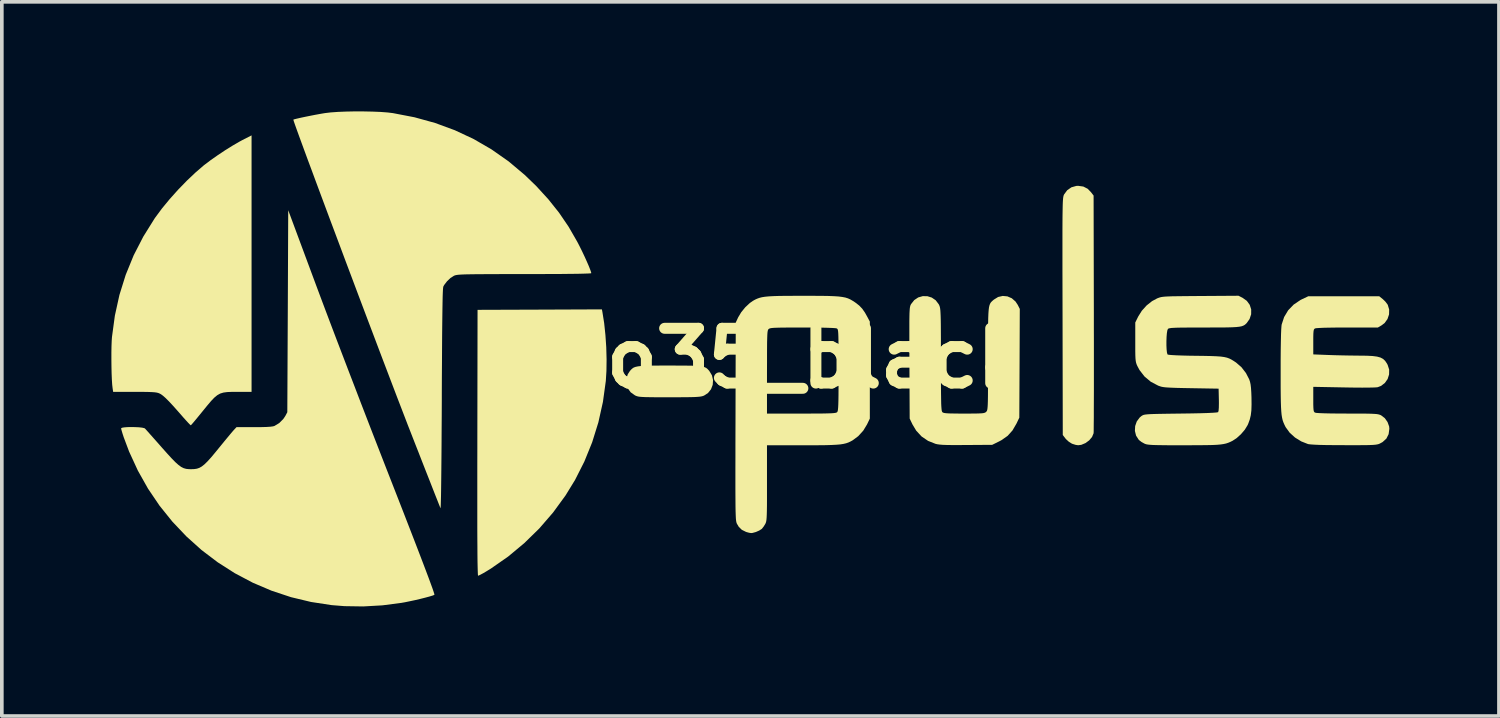
<source format=kicad_pcb>
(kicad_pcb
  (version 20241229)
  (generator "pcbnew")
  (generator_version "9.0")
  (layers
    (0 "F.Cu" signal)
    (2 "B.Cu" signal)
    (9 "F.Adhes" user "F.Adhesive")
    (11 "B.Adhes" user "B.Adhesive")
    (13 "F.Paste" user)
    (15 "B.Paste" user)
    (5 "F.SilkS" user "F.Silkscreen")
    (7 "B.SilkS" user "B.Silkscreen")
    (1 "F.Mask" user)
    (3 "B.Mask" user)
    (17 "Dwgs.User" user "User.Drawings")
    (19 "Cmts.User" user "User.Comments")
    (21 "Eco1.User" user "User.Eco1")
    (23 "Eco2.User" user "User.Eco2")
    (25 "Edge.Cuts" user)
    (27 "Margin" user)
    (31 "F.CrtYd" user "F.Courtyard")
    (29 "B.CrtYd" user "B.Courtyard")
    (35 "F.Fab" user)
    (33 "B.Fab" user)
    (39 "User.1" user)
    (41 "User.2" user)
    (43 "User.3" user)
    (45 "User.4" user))
  (footprint "logo35_black"
    (layer "F.Cu")
    (at 17.505 6.761)
    (property "Reference" "logo35_black" (at 0 0 0) (layer "F.SilkS") (effects (font (size 1.5 1.5) (thickness 0.3))))
    (attr board_only exclude_from_pos_files exclude_from_bom)
    (fp_poly (pts (xy -4.059 -1.259) (xy -4.012 -0.963) (xy -3.978 -0.64) (xy -3.955 -0.304) (xy -3.946 0.029) (xy -3.95 0.345) (xy -3.967 0.62) (xy -4.046 1.193) (xy -4.171 1.754) (xy -4.341 2.3) (xy -4.555 2.827) (xy -4.81 3.331) (xy -5.07 3.755) (xy -5.411 4.222) (xy -5.788 4.658) (xy -6.2 5.061) (xy -6.641 5.428) (xy -7.109 5.754) (xy -7.234 5.831) (xy -7.324 5.884) (xy -7.4 5.925) (xy -7.451 5.949) (xy -7.464 5.953) (xy -7.468 5.939) (xy -7.471 5.894) (xy -7.474 5.817) (xy -7.477 5.708) (xy -7.48 5.563) (xy -7.482 5.383) (xy -7.483 5.165) (xy -7.485 4.909) (xy -7.486 4.612) (xy -7.486 4.273) (xy -7.486 3.89) (xy -7.486 3.463) (xy -7.486 2.989) (xy -7.485 2.468) (xy -7.485 2.313) (xy -7.479 -1.327) (xy -5.776 -1.333) (xy -4.074 -1.34)) (stroke (width 0) (type solid)) (fill yes) (layer "F.SilkS"))
    (fp_poly (pts (xy -1.976 0.199) (xy -1.776 0.2) (xy -1.616 0.202) (xy -1.489 0.207) (xy -1.391 0.215) (xy -1.317 0.227) (xy -1.261 0.243) (xy -1.218 0.264) (xy -1.184 0.291) (xy -1.152 0.325) (xy -1.134 0.345) (xy -1.062 0.465) (xy -1.031 0.596) (xy -1.04 0.726) (xy -1.087 0.848) (xy -1.169 0.95) (xy -1.273 1.018) (xy -1.304 1.031) (xy -1.34 1.041) (xy -1.385 1.049) (xy -1.446 1.055) (xy -1.528 1.06) (xy -1.636 1.063) (xy -1.776 1.065) (xy -1.953 1.066) (xy -2.173 1.066) (xy -2.22 1.066) (xy -2.447 1.066) (xy -2.631 1.066) (xy -2.776 1.064) (xy -2.888 1.062) (xy -2.972 1.058) (xy -3.035 1.053) (xy -3.082 1.046) (xy -3.118 1.036) (xy -3.149 1.024) (xy -3.171 1.013) (xy -3.286 0.931) (xy -3.365 0.823) (xy -3.406 0.698) (xy -3.407 0.565) (xy -3.365 0.435) (xy -3.306 0.345) (xy -3.273 0.308) (xy -3.24 0.278) (xy -3.203 0.253) (xy -3.154 0.235) (xy -3.09 0.221) (xy -3.005 0.211) (xy -2.895 0.205) (xy -2.753 0.201) (xy -2.574 0.199) (xy -2.354 0.198) (xy -2.22 0.198)) (stroke (width 0) (type solid)) (fill yes) (layer "F.SilkS"))
    (fp_poly (pts (xy 9.108 -4.703) (xy 9.227 -4.642) (xy 9.319 -4.547) (xy 9.389 -4.456) (xy 9.396 -1.242) (xy 9.396 -0.846) (xy 9.397 -0.462) (xy 9.397 -0.094) (xy 9.397 0.255) (xy 9.397 0.582) (xy 9.397 0.885) (xy 9.396 1.159) (xy 9.395 1.402) (xy 9.395 1.612) (xy 9.393 1.784) (xy 9.392 1.916) (xy 9.391 2.006) (xy 9.389 2.049) (xy 9.389 2.052) (xy 9.347 2.153) (xy 9.269 2.246) (xy 9.167 2.321) (xy 9.052 2.369) (xy 8.967 2.38) (xy 8.897 2.37) (xy 8.814 2.344) (xy 8.79 2.334) (xy 8.709 2.283) (xy 8.634 2.214) (xy 8.617 2.194) (xy 8.545 2.1) (xy 8.539 -1.146) (xy 8.538 -1.613) (xy 8.537 -2.033) (xy 8.536 -2.409) (xy 8.536 -2.742) (xy 8.536 -3.037) (xy 8.536 -3.295) (xy 8.536 -3.518) (xy 8.537 -3.711) (xy 8.538 -3.874) (xy 8.54 -4.011) (xy 8.542 -4.124) (xy 8.544 -4.215) (xy 8.547 -4.289) (xy 8.551 -4.346) (xy 8.555 -4.389) (xy 8.56 -4.422) (xy 8.565 -4.446) (xy 8.571 -4.465) (xy 8.578 -4.48) (xy 8.583 -4.49) (xy 8.667 -4.603) (xy 8.781 -4.682) (xy 8.915 -4.72) (xy 8.964 -4.723)) (stroke (width 0) (type solid)) (fill yes) (layer "F.SilkS"))
    (fp_poly (pts (xy -13.667 -2.593) (xy -13.667 0.918) (xy -14.047 0.918) (xy -14.206 0.919) (xy -14.333 0.924) (xy -14.437 0.938) (xy -14.526 0.965) (xy -14.606 1.01) (xy -14.687 1.077) (xy -14.775 1.169) (xy -14.879 1.292) (xy -14.998 1.438) (xy -15.095 1.557) (xy -15.181 1.662) (xy -15.252 1.747) (xy -15.303 1.806) (xy -15.329 1.833) (xy -15.331 1.834) (xy -15.352 1.817) (xy -15.399 1.769) (xy -15.465 1.697) (xy -15.545 1.608) (xy -15.567 1.582) (xy -15.719 1.409) (xy -15.843 1.271) (xy -15.944 1.164) (xy -16.026 1.083) (xy -16.092 1.025) (xy -16.146 0.985) (xy -16.185 0.964) (xy -16.222 0.949) (xy -16.266 0.938) (xy -16.324 0.93) (xy -16.402 0.925) (xy -16.507 0.921) (xy -16.647 0.919) (xy -16.828 0.918) (xy -16.871 0.918) (xy -17.457 0.918) (xy -17.471 0.825) (xy -17.483 0.723) (xy -17.492 0.583) (xy -17.499 0.414) (xy -17.503 0.228) (xy -17.505 0.034) (xy -17.505 -0.157) (xy -17.502 -0.333) (xy -17.496 -0.486) (xy -17.489 -0.584) (xy -17.41 -1.167) (xy -17.285 -1.735) (xy -17.113 -2.286) (xy -16.895 -2.82) (xy -16.631 -3.333) (xy -16.323 -3.827) (xy -16.302 -3.857) (xy -16.121 -4.102) (xy -15.909 -4.359) (xy -15.677 -4.618) (xy -15.435 -4.867) (xy -15.195 -5.094) (xy -14.967 -5.29) (xy -14.957 -5.297) (xy -14.788 -5.425) (xy -14.594 -5.561) (xy -14.39 -5.697) (xy -14.189 -5.822) (xy -14.005 -5.929) (xy -13.92 -5.975) (xy -13.667 -6.104)) (stroke (width 0) (type solid)) (fill yes) (layer "F.SilkS"))
    (fp_poly (pts (xy -11.884 -1.959) (xy -11.773 -1.662) (xy -11.646 -1.324) (xy -11.505 -0.951) (xy -11.352 -0.548) (xy -11.189 -0.122) (xy -11.019 0.323) (xy -10.843 0.78) (xy -10.665 1.245) (xy -10.485 1.711) (xy -10.306 2.173) (xy -10.13 2.625) (xy -9.96 3.062) (xy -9.868 3.297) (xy -9.676 3.788) (xy -9.502 4.234) (xy -9.346 4.636) (xy -9.207 4.995) (xy -9.085 5.312) (xy -8.979 5.589) (xy -8.889 5.826) (xy -8.814 6.025) (xy -8.755 6.186) (xy -8.71 6.31) (xy -8.68 6.399) (xy -8.663 6.454) (xy -8.661 6.476) (xy -8.661 6.477) (xy -8.707 6.495) (xy -8.791 6.521) (xy -8.906 6.552) (xy -9.04 6.586) (xy -9.184 6.62) (xy -9.33 6.651) (xy -9.466 6.679) (xy -9.562 6.696) (xy -10.084 6.764) (xy -10.609 6.794) (xy -11.124 6.786) (xy -11.473 6.758) (xy -12.037 6.672) (xy -12.587 6.54) (xy -13.12 6.363) (xy -13.634 6.144) (xy -14.126 5.884) (xy -14.594 5.585) (xy -15.037 5.249) (xy -15.451 4.877) (xy -15.835 4.472) (xy -16.186 4.036) (xy -16.502 3.569) (xy -16.78 3.075) (xy -17.02 2.554) (xy -17.168 2.16) (xy -17.2 2.062) (xy -17.224 1.981) (xy -17.238 1.928) (xy -17.239 1.918) (xy -17.216 1.902) (xy -17.155 1.891) (xy -17.067 1.884) (xy -16.962 1.882) (xy -16.852 1.884) (xy -16.748 1.889) (xy -16.661 1.899) (xy -16.602 1.913) (xy -16.585 1.923) (xy -16.559 1.951) (xy -16.505 2.011) (xy -16.428 2.098) (xy -16.333 2.205) (xy -16.224 2.328) (xy -16.124 2.442) (xy -15.975 2.609) (xy -15.853 2.742) (xy -15.753 2.844) (xy -15.668 2.92) (xy -15.594 2.974) (xy -15.526 3.008) (xy -15.458 3.027) (xy -15.385 3.035) (xy -15.317 3.036) (xy -15.235 3.033) (xy -15.163 3.022) (xy -15.096 2.999) (xy -15.029 2.961) (xy -14.957 2.904) (xy -14.874 2.823) (xy -14.776 2.715) (xy -14.659 2.575) (xy -14.516 2.4) (xy -14.511 2.394) (xy -14.414 2.275) (xy -14.323 2.165) (xy -14.244 2.07) (xy -14.184 1.999) (xy -14.155 1.966) (xy -14.079 1.885) (xy -13.6 1.885) (xy -13.408 1.884) (xy -13.26 1.88) (xy -13.152 1.873) (xy -13.078 1.863) (xy -13.04 1.852) (xy -12.911 1.774) (xy -12.799 1.663) (xy -12.742 1.578) (xy -12.688 1.476) (xy -12.675 -1.289) (xy -12.663 -4.055)) (stroke (width 0) (type solid)) (fill yes) (layer "F.SilkS"))
    (fp_poly (pts (xy 7.029 -1.696) (xy 7.149 -1.644) (xy 7.251 -1.555) (xy 7.312 -1.463) (xy 7.368 -1.352) (xy 7.362 0.136) (xy 7.355 1.625) (xy 7.276 1.79) (xy 7.168 1.975) (xy 7.035 2.123) (xy 6.867 2.241) (xy 6.801 2.276) (xy 6.613 2.369) (xy 5.905 2.374) (xy 5.684 2.375) (xy 5.506 2.375) (xy 5.366 2.373) (xy 5.257 2.369) (xy 5.174 2.362) (xy 5.109 2.353) (xy 5.061 2.342) (xy 4.857 2.261) (xy 4.679 2.14) (xy 4.532 1.981) (xy 4.43 1.811) (xy 4.353 1.65) (xy 4.346 0.128) (xy 4.345 -0.184) (xy 4.344 -0.451) (xy 4.344 -0.676) (xy 4.344 -0.863) (xy 4.344 -1.015) (xy 4.346 -1.138) (xy 4.348 -1.234) (xy 4.352 -1.308) (xy 4.356 -1.364) (xy 4.362 -1.404) (xy 4.369 -1.434) (xy 4.377 -1.457) (xy 4.387 -1.477) (xy 4.391 -1.484) (xy 4.478 -1.594) (xy 4.587 -1.667) (xy 4.71 -1.702) (xy 4.837 -1.701) (xy 4.958 -1.663) (xy 5.065 -1.59) (xy 5.148 -1.481) (xy 5.162 -1.453) (xy 5.172 -1.429) (xy 5.18 -1.4) (xy 5.187 -1.364) (xy 5.193 -1.314) (xy 5.197 -1.249) (xy 5.201 -1.163) (xy 5.204 -1.052) (xy 5.206 -0.912) (xy 5.207 -0.739) (xy 5.208 -0.529) (xy 5.208 -0.279) (xy 5.208 0.017) (xy 5.208 0.042) (xy 5.209 0.343) (xy 5.209 0.598) (xy 5.21 0.812) (xy 5.212 0.987) (xy 5.214 1.129) (xy 5.216 1.239) (xy 5.22 1.323) (xy 5.225 1.385) (xy 5.23 1.427) (xy 5.237 1.454) (xy 5.245 1.47) (xy 5.248 1.474) (xy 5.267 1.487) (xy 5.3 1.497) (xy 5.353 1.504) (xy 5.431 1.509) (xy 5.542 1.511) (xy 5.691 1.513) (xy 5.843 1.513) (xy 6.024 1.513) (xy 6.162 1.512) (xy 6.263 1.509) (xy 6.335 1.505) (xy 6.383 1.498) (xy 6.415 1.488) (xy 6.437 1.475) (xy 6.449 1.463) (xy 6.46 1.452) (xy 6.469 1.436) (xy 6.476 1.414) (xy 6.482 1.38) (xy 6.487 1.331) (xy 6.491 1.262) (xy 6.494 1.171) (xy 6.496 1.052) (xy 6.497 0.903) (xy 6.498 0.718) (xy 6.499 0.494) (xy 6.499 0.228) (xy 6.499 0.011) (xy 6.499 -0.296) (xy 6.499 -0.558) (xy 6.5 -0.778) (xy 6.501 -0.96) (xy 6.504 -1.109) (xy 6.509 -1.229) (xy 6.516 -1.323) (xy 6.525 -1.396) (xy 6.538 -1.451) (xy 6.554 -1.493) (xy 6.573 -1.526) (xy 6.597 -1.553) (xy 6.625 -1.579) (xy 6.658 -1.607) (xy 6.658 -1.607) (xy 6.774 -1.679) (xy 6.901 -1.708)) (stroke (width 0) (type solid)) (fill yes) (layer "F.SilkS"))
    (fp_poly (pts (xy -10.593 -6.76) (xy -10.354 -6.755) (xy -10.132 -6.746) (xy -9.937 -6.731) (xy -9.798 -6.714) (xy -9.206 -6.6) (xy -8.641 -6.444) (xy -8.101 -6.245) (xy -7.586 -6.004) (xy -7.096 -5.72) (xy -6.63 -5.393) (xy -6.188 -5.022) (xy -5.877 -4.722) (xy -5.541 -4.355) (xy -5.246 -3.985) (xy -4.985 -3.601) (xy -4.75 -3.193) (xy -4.692 -3.082) (xy -4.618 -2.933) (xy -4.548 -2.785) (xy -4.485 -2.645) (xy -4.431 -2.521) (xy -4.392 -2.421) (xy -4.369 -2.353) (xy -4.366 -2.331) (xy -4.39 -2.326) (xy -4.463 -2.322) (xy -4.583 -2.318) (xy -4.749 -2.314) (xy -4.96 -2.312) (xy -5.213 -2.309) (xy -5.509 -2.308) (xy -5.846 -2.307) (xy -6.195 -2.306) (xy -6.541 -2.306) (xy -6.841 -2.306) (xy -7.099 -2.305) (xy -7.317 -2.304) (xy -7.5 -2.303) (xy -7.651 -2.301) (xy -7.774 -2.299) (xy -7.871 -2.296) (xy -7.947 -2.292) (xy -8.005 -2.288) (xy -8.048 -2.282) (xy -8.08 -2.276) (xy -8.105 -2.268) (xy -8.124 -2.261) (xy -8.221 -2.199) (xy -8.316 -2.108) (xy -8.393 -2.007) (xy -8.417 -1.963) (xy -8.421 -1.939) (xy -8.426 -1.888) (xy -8.43 -1.809) (xy -8.434 -1.698) (xy -8.437 -1.555) (xy -8.44 -1.378) (xy -8.443 -1.165) (xy -8.446 -0.914) (xy -8.449 -0.622) (xy -8.451 -0.289) (xy -8.453 0.087) (xy -8.456 0.509) (xy -8.458 0.978) (xy -8.458 1.129) (xy -8.46 1.587) (xy -8.463 2.011) (xy -8.465 2.402) (xy -8.468 2.756) (xy -8.471 3.072) (xy -8.474 3.349) (xy -8.477 3.585) (xy -8.48 3.78) (xy -8.484 3.93) (xy -8.487 4.035) (xy -8.491 4.094) (xy -8.494 4.105) (xy -8.506 4.075) (xy -8.535 4.002) (xy -8.579 3.89) (xy -8.638 3.742) (xy -8.709 3.561) (xy -8.791 3.351) (xy -8.884 3.116) (xy -8.985 2.858) (xy -9.093 2.581) (xy -9.208 2.289) (xy -9.307 2.035) (xy -9.387 1.831) (xy -9.477 1.597) (xy -9.578 1.334) (xy -9.689 1.046) (xy -9.808 0.734) (xy -9.934 0.403) (xy -10.067 0.054) (xy -10.205 -0.31) (xy -10.347 -0.686) (xy -10.493 -1.071) (xy -10.641 -1.463) (xy -10.79 -1.858) (xy -10.939 -2.255) (xy -11.088 -2.65) (xy -11.234 -3.041) (xy -11.378 -3.425) (xy -11.518 -3.798) (xy -11.653 -4.16) (xy -11.782 -4.506) (xy -11.904 -4.834) (xy -12.018 -5.142) (xy -12.124 -5.426) (xy -12.219 -5.684) (xy -12.303 -5.913) (xy -12.375 -6.11) (xy -12.434 -6.273) (xy -12.479 -6.399) (xy -12.509 -6.486) (xy -12.522 -6.53) (xy -12.523 -6.535) (xy -12.493 -6.546) (xy -12.424 -6.563) (xy -12.324 -6.586) (xy -12.202 -6.612) (xy -12.068 -6.639) (xy -11.931 -6.666) (xy -11.8 -6.69) (xy -11.684 -6.71) (xy -11.658 -6.714) (xy -11.5 -6.733) (xy -11.303 -6.747) (xy -11.079 -6.756) (xy -10.839 -6.761)) (stroke (width 0) (type solid)) (fill yes) (layer "F.SilkS"))
    (fp_poly (pts (xy 17.305 -1.623) (xy 17.373 -1.558) (xy 17.43 -1.485) (xy 17.444 -1.462) (xy 17.482 -1.335) (xy 17.479 -1.202) (xy 17.436 -1.075) (xy 17.358 -0.967) (xy 17.278 -0.905) (xy 17.173 -0.843) (xy 16.336 -0.843) (xy 16.088 -0.843) (xy 15.877 -0.84) (xy 15.705 -0.837) (xy 15.575 -0.831) (xy 15.489 -0.825) (xy 15.452 -0.818) (xy 15.432 -0.804) (xy 15.419 -0.78) (xy 15.411 -0.738) (xy 15.406 -0.67) (xy 15.404 -0.568) (xy 15.404 -0.45) (xy 15.404 -0.107) (xy 15.817 -0.091) (xy 15.996 -0.085) (xy 16.202 -0.08) (xy 16.414 -0.076) (xy 16.609 -0.074) (xy 16.667 -0.073) (xy 16.868 -0.071) (xy 17.027 -0.063) (xy 17.15 -0.047) (xy 17.244 -0.021) (xy 17.316 0.017) (xy 17.371 0.069) (xy 17.418 0.138) (xy 17.44 0.179) (xy 17.482 0.309) (xy 17.48 0.442) (xy 17.44 0.567) (xy 17.365 0.674) (xy 17.261 0.755) (xy 17.168 0.791) (xy 17.121 0.796) (xy 17.03 0.8) (xy 16.903 0.802) (xy 16.744 0.803) (xy 16.56 0.802) (xy 16.357 0.799) (xy 16.241 0.797) (xy 15.404 0.781) (xy 15.404 1.122) (xy 15.404 1.259) (xy 15.407 1.354) (xy 15.412 1.417) (xy 15.421 1.455) (xy 15.436 1.476) (xy 15.452 1.487) (xy 15.491 1.495) (xy 15.578 1.501) (xy 15.709 1.506) (xy 15.882 1.51) (xy 16.095 1.512) (xy 16.333 1.513) (xy 16.56 1.513) (xy 16.742 1.514) (xy 16.887 1.515) (xy 16.998 1.518) (xy 17.081 1.522) (xy 17.143 1.527) (xy 17.189 1.535) (xy 17.223 1.545) (xy 17.253 1.557) (xy 17.264 1.563) (xy 17.362 1.638) (xy 17.437 1.744) (xy 17.481 1.865) (xy 17.487 1.929) (xy 17.467 2.077) (xy 17.406 2.198) (xy 17.302 2.293) (xy 17.227 2.334) (xy 17.197 2.347) (xy 17.162 2.356) (xy 17.118 2.364) (xy 17.057 2.37) (xy 16.976 2.374) (xy 16.868 2.377) (xy 16.729 2.378) (xy 16.553 2.379) (xy 16.334 2.379) (xy 16.247 2.378) (xy 15.978 2.377) (xy 15.755 2.375) (xy 15.576 2.371) (xy 15.437 2.365) (xy 15.337 2.358) (xy 15.271 2.35) (xy 15.255 2.346) (xy 15.073 2.274) (xy 14.904 2.169) (xy 14.759 2.038) (xy 14.651 1.89) (xy 14.637 1.865) (xy 14.609 1.807) (xy 14.585 1.751) (xy 14.565 1.693) (xy 14.55 1.627) (xy 14.537 1.549) (xy 14.528 1.453) (xy 14.521 1.335) (xy 14.516 1.191) (xy 14.513 1.014) (xy 14.511 0.801) (xy 14.511 0.546) (xy 14.511 0.343) (xy 14.511 0.03) (xy 14.513 -0.243) (xy 14.517 -0.472) (xy 14.521 -0.658) (xy 14.527 -0.798) (xy 14.534 -0.89) (xy 14.538 -0.923) (xy 14.606 -1.13) (xy 14.716 -1.314) (xy 14.866 -1.47) (xy 15.052 -1.596) (xy 15.102 -1.621) (xy 15.267 -1.699) (xy 16.239 -1.699) (xy 17.21 -1.699)) (stroke (width 0) (type solid)) (fill yes) (layer "F.SilkS"))
    (fp_poly (pts (xy 1.713 -1.711) (xy 1.939 -1.71) (xy 2.127 -1.707) (xy 2.28 -1.701) (xy 2.405 -1.693) (xy 2.507 -1.68) (xy 2.591 -1.664) (xy 2.661 -1.642) (xy 2.724 -1.614) (xy 2.785 -1.579) (xy 2.849 -1.538) (xy 2.868 -1.525) (xy 2.971 -1.445) (xy 3.054 -1.358) (xy 3.129 -1.25) (xy 3.19 -1.141) (xy 3.262 -1.005) (xy 3.262 0.322) (xy 3.262 1.65) (xy 3.185 1.811) (xy 3.081 1.982) (xy 2.944 2.132) (xy 2.792 2.245) (xy 2.734 2.277) (xy 2.677 2.304) (xy 2.614 2.326) (xy 2.543 2.343) (xy 2.456 2.357) (xy 2.349 2.366) (xy 2.217 2.373) (xy 2.054 2.378) (xy 1.856 2.38) (xy 1.617 2.381) (xy 1.421 2.381) (xy 0.446 2.381) (xy 0.446 3.412) (xy 0.446 3.666) (xy 0.446 3.876) (xy 0.445 4.046) (xy 0.443 4.181) (xy 0.44 4.285) (xy 0.436 4.365) (xy 0.431 4.423) (xy 0.424 4.466) (xy 0.415 4.499) (xy 0.404 4.525) (xy 0.4 4.534) (xy 0.356 4.605) (xy 0.31 4.664) (xy 0.302 4.672) (xy 0.233 4.716) (xy 0.142 4.756) (xy 0.051 4.781) (xy 0.012 4.785) (xy -0.043 4.777) (xy -0.116 4.757) (xy -0.132 4.751) (xy -0.243 4.696) (xy -0.326 4.615) (xy -0.375 4.533) (xy -0.383 4.517) (xy -0.389 4.499) (xy -0.395 4.474) (xy -0.4 4.442) (xy -0.405 4.398) (xy -0.408 4.34) (xy -0.411 4.266) (xy -0.414 4.171) (xy -0.416 4.054) (xy -0.417 3.912) (xy -0.418 3.741) (xy -0.419 3.539) (xy -0.419 3.303) (xy -0.419 3.031) (xy -0.418 2.719) (xy -0.418 2.365) (xy -0.417 1.965) (xy -0.416 1.73) (xy -0.413 0.375) (xy 0.446 0.375) (xy 0.446 0.376) (xy 0.446 1.513) (xy 1.387 1.513) (xy 1.632 1.513) (xy 1.831 1.512) (xy 1.99 1.511) (xy 2.114 1.508) (xy 2.207 1.505) (xy 2.274 1.5) (xy 2.319 1.494) (xy 2.348 1.486) (xy 2.365 1.476) (xy 2.367 1.474) (xy 2.376 1.46) (xy 2.384 1.436) (xy 2.39 1.396) (xy 2.395 1.338) (xy 2.399 1.256) (xy 2.402 1.147) (xy 2.404 1.005) (xy 2.405 0.827) (xy 2.406 0.608) (xy 2.406 0.345) (xy 2.406 0.322) (xy 2.406 0.057) (xy 2.406 -0.161) (xy 2.405 -0.339) (xy 2.403 -0.481) (xy 2.401 -0.59) (xy 2.398 -0.672) (xy 2.394 -0.73) (xy 2.388 -0.769) (xy 2.381 -0.794) (xy 2.371 -0.808) (xy 2.36 -0.816) (xy 2.358 -0.818) (xy 2.319 -0.825) (xy 2.232 -0.831) (xy 2.1 -0.836) (xy 1.926 -0.84) (xy 1.71 -0.842) (xy 1.457 -0.843) (xy 1.424 -0.843) (xy 1.188 -0.843) (xy 0.997 -0.842) (xy 0.846 -0.841) (xy 0.729 -0.838) (xy 0.642 -0.835) (xy 0.58 -0.83) (xy 0.538 -0.823) (xy 0.511 -0.814) (xy 0.494 -0.804) (xy 0.492 -0.802) (xy 0.481 -0.79) (xy 0.472 -0.772) (xy 0.465 -0.744) (xy 0.459 -0.701) (xy 0.455 -0.64) (xy 0.452 -0.554) (xy 0.449 -0.441) (xy 0.448 -0.296) (xy 0.447 -0.115) (xy 0.447 0.108) (xy 0.446 0.375) (xy -0.413 0.375) (xy -0.409 -0.98) (xy -0.343 -1.122) (xy -0.26 -1.261) (xy -0.149 -1.397) (xy -0.024 -1.514) (xy 0.062 -1.574) (xy 0.121 -1.607) (xy 0.178 -1.633) (xy 0.239 -1.655) (xy 0.309 -1.673) (xy 0.393 -1.686) (xy 0.497 -1.696) (xy 0.625 -1.703) (xy 0.783 -1.708) (xy 0.977 -1.71) (xy 1.21 -1.711) (xy 1.442 -1.712)) (stroke (width 0) (type solid)) (fill yes) (layer "F.SilkS"))
    (fp_poly (pts (xy 13.469 -1.656) (xy 13.585 -1.573) (xy 13.664 -1.464) (xy 13.704 -1.339) (xy 13.703 -1.206) (xy 13.66 -1.076) (xy 13.586 -0.971) (xy 13.556 -0.94) (xy 13.525 -0.914) (xy 13.488 -0.894) (xy 13.441 -0.877) (xy 13.378 -0.865) (xy 13.295 -0.856) (xy 13.187 -0.85) (xy 13.048 -0.846) (xy 12.874 -0.844) (xy 12.66 -0.844) (xy 12.417 -0.843) (xy 12.171 -0.843) (xy 11.97 -0.842) (xy 11.809 -0.841) (xy 11.684 -0.839) (xy 11.589 -0.835) (xy 11.521 -0.831) (xy 11.475 -0.824) (xy 11.445 -0.817) (xy 11.427 -0.807) (xy 11.424 -0.804) (xy 11.408 -0.764) (xy 11.395 -0.686) (xy 11.387 -0.584) (xy 11.383 -0.468) (xy 11.383 -0.351) (xy 11.388 -0.245) (xy 11.397 -0.161) (xy 11.411 -0.111) (xy 11.416 -0.104) (xy 11.451 -0.096) (xy 11.532 -0.089) (xy 11.657 -0.082) (xy 11.822 -0.076) (xy 12.024 -0.071) (xy 12.192 -0.069) (xy 12.42 -0.066) (xy 12.604 -0.062) (xy 12.752 -0.056) (xy 12.87 -0.048) (xy 12.964 -0.035) (xy 13.04 -0.018) (xy 13.106 0.006) (xy 13.167 0.037) (xy 13.23 0.076) (xy 13.289 0.115) (xy 13.436 0.242) (xy 13.561 0.404) (xy 13.65 0.577) (xy 13.672 0.643) (xy 13.688 0.718) (xy 13.699 0.812) (xy 13.707 0.937) (xy 13.712 1.069) (xy 13.714 1.267) (xy 13.709 1.427) (xy 13.693 1.559) (xy 13.665 1.676) (xy 13.625 1.786) (xy 13.606 1.829) (xy 13.53 1.954) (xy 13.423 2.079) (xy 13.302 2.188) (xy 13.193 2.259) (xy 13.134 2.288) (xy 13.077 2.312) (xy 13.017 2.332) (xy 12.949 2.347) (xy 12.868 2.359) (xy 12.768 2.368) (xy 12.644 2.374) (xy 12.49 2.377) (xy 12.302 2.379) (xy 12.074 2.38) (xy 11.857 2.38) (xy 11.608 2.38) (xy 11.404 2.38) (xy 11.24 2.378) (xy 11.11 2.376) (xy 11.01 2.373) (xy 10.934 2.368) (xy 10.878 2.362) (xy 10.836 2.355) (xy 10.803 2.345) (xy 10.778 2.334) (xy 10.701 2.291) (xy 10.636 2.241) (xy 10.624 2.229) (xy 10.552 2.117) (xy 10.52 1.988) (xy 10.527 1.855) (xy 10.571 1.729) (xy 10.651 1.621) (xy 10.696 1.583) (xy 10.717 1.569) (xy 10.739 1.557) (xy 10.767 1.547) (xy 10.806 1.54) (xy 10.86 1.534) (xy 10.934 1.529) (xy 11.034 1.525) (xy 11.164 1.522) (xy 11.329 1.519) (xy 11.534 1.516) (xy 11.775 1.513) (xy 12.068 1.509) (xy 12.312 1.504) (xy 12.506 1.498) (xy 12.651 1.491) (xy 12.747 1.484) (xy 12.794 1.476) (xy 12.799 1.474) (xy 12.811 1.435) (xy 12.818 1.351) (xy 12.82 1.225) (xy 12.819 1.139) (xy 12.812 0.831) (xy 12.055 0.818) (xy 11.839 0.814) (xy 11.667 0.81) (xy 11.532 0.805) (xy 11.428 0.8) (xy 11.348 0.794) (xy 11.287 0.786) (xy 11.238 0.776) (xy 11.196 0.762) (xy 11.159 0.749) (xy 10.955 0.642) (xy 10.783 0.498) (xy 10.646 0.321) (xy 10.586 0.209) (xy 10.567 0.166) (xy 10.553 0.123) (xy 10.543 0.073) (xy 10.536 0.008) (xy 10.532 -0.08) (xy 10.53 -0.198) (xy 10.53 -0.354) (xy 10.53 -0.447) (xy 10.53 -0.981) (xy 10.611 -1.145) (xy 10.71 -1.303) (xy 10.841 -1.448) (xy 10.99 -1.566) (xy 11.13 -1.641) (xy 11.166 -1.655) (xy 11.202 -1.667) (xy 11.241 -1.677) (xy 11.289 -1.684) (xy 11.351 -1.69) (xy 11.433 -1.694) (xy 11.538 -1.698) (xy 11.673 -1.7) (xy 11.842 -1.702) (xy 12.051 -1.704) (xy 12.304 -1.706) (xy 12.316 -1.706) (xy 13.357 -1.713)) (stroke (width 0) (type solid)) (fill yes) (layer "F.SilkS")))
  (gr_rect
    (start -3 -3)
    (end 37.993 16.555)
    (stroke (width 0.1) (type default))
    (fill no)
    (layer "Edge.Cuts")))
</source>
